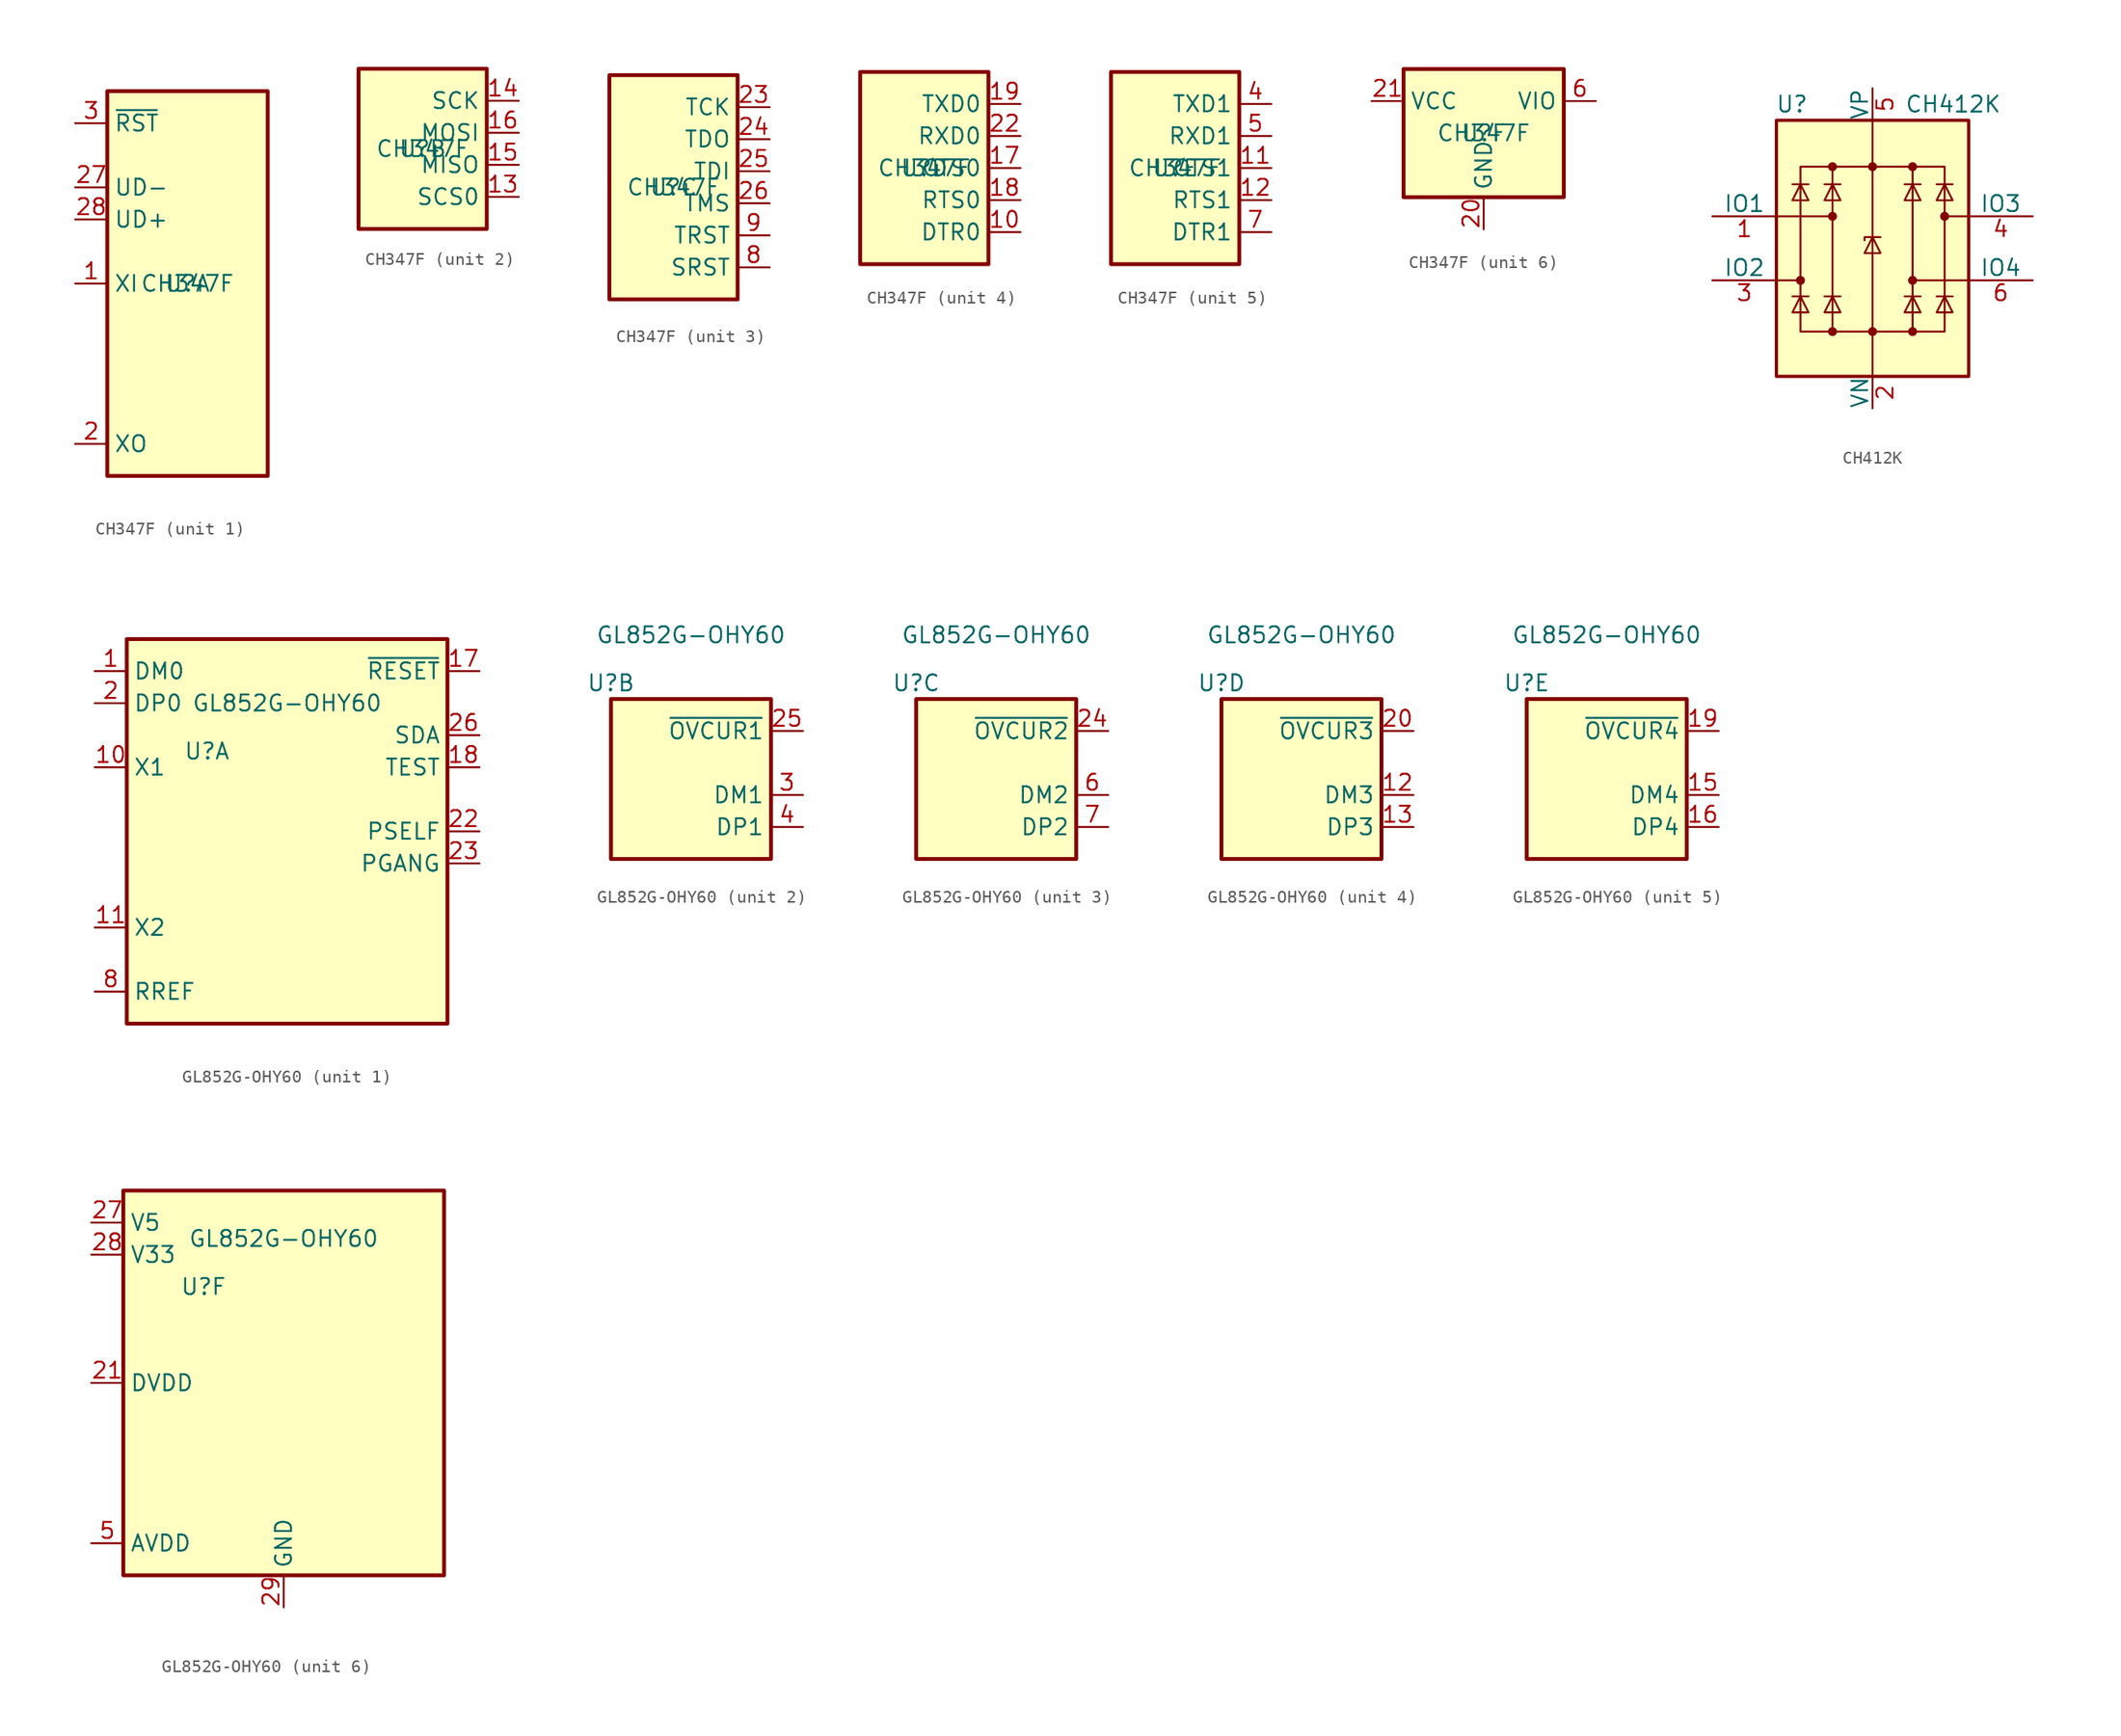
<source format=kicad_sym>
(kicad_symbol_lib
  (version 20241209)
  (generator "kicad_symbol_editor")
  (generator_version "9.0")
  (symbol "CH347F"
    (property "Reference" "U"
      (at 0 0 0)
      (effects (font (size 1.27 1.27))))
    (property "Value" "CH347F"
      (at 0 0 0)
      (effects (font (size 1.27 1.27))))
    (property "ki_locked" ""
      (at 0 0 0)
      (effects (font (size 1.27 1.27))))
    (symbol "CH347F_1_0"
      (pin input line (at -8.89 12.7 0) (length 2.54) (name "~{RST}" (effects (font (size 1.27 1.27)))) (number "3" (effects (font (size 1.27 1.27)))))
      (pin bidirectional line (at -8.89 7.62 0) (length 2.54) (name "UD-" (effects (font (size 1.27 1.27)))) (number "27" (effects (font (size 1.27 1.27)))))
      (pin bidirectional line (at -8.89 5.08 0) (length 2.54) (name "UD+" (effects (font (size 1.27 1.27)))) (number "28" (effects (font (size 1.27 1.27)))))
      (pin input line (at -8.89 0 0) (length 2.54) (name "XI" (effects (font (size 1.27 1.27)))) (number "1" (effects (font (size 1.27 1.27)))))
      (pin output line (at -8.89 -12.7 0) (length 2.54) (name "XO" (effects (font (size 1.27 1.27)))) (number "2" (effects (font (size 1.27 1.27))))))
    (symbol "CH347F_1_1"
      (rectangle (start -6.35 15.24) (end 6.35 -15.24) (stroke (width 0.305) (type default)) (fill (type background))))
    (symbol "CH347F_2_0"
      (pin output line (at 7.62 3.81 180) (length 2.54) (name "SCK" (effects (font (size 1.27 1.27)))) (number "14" (effects (font (size 1.27 1.27)))))
      (pin output line (at 7.62 1.27 180) (length 2.54) (name "MOSI" (effects (font (size 1.27 1.27)))) (number "16" (effects (font (size 1.27 1.27)))))
      (pin input line (at 7.62 -1.27 180) (length 2.54) (name "MISO" (effects (font (size 1.27 1.27)))) (number "15" (effects (font (size 1.27 1.27)))))
      (pin output line (at 7.62 -3.81 180) (length 2.54) (name "SCS0" (effects (font (size 1.27 1.27)))) (number "13" (effects (font (size 1.27 1.27))))))
    (symbol "CH347F_2_1"
      (rectangle (start -5.08 6.35) (end 5.08 -6.35) (stroke (width 0.305) (type default)) (fill (type background))))
    (symbol "CH347F_3_0"
      (pin output line (at 7.62 6.35 180) (length 2.54) (name "TCK" (effects (font (size 1.27 1.27)))) (number "23" (effects (font (size 1.27 1.27)))) (alternate "GPIO4" bidirectional line) (alternate "SWDCLK" output line))
      (pin input line (at 7.62 3.81 180) (length 2.54) (name "TDO" (effects (font (size 1.27 1.27)))) (number "24" (effects (font (size 1.27 1.27)))) (alternate "GPIO5" bidirectional line))
      (pin output line (at 7.62 1.27 180) (length 2.54) (name "TDI" (effects (font (size 1.27 1.27)))) (number "25" (effects (font (size 1.27 1.27)))) (alternate "GPIO6" bidirectional line))
      (pin output line (at 7.62 -1.27 180) (length 2.54) (name "TMS" (effects (font (size 1.27 1.27)))) (number "26" (effects (font (size 1.27 1.27)))) (alternate "GPIO7" bidirectional line) (alternate "SWDIO" bidirectional line))
      (pin output line (at 7.62 -3.81 180) (length 2.54) (name "TRST" (effects (font (size 1.27 1.27)))) (number "9" (effects (font (size 1.27 1.27)))) (alternate "GPIO3" bidirectional line))
      (pin output line (at 7.62 -6.35 180) (length 2.54) (name "SRST" (effects (font (size 1.27 1.27)))) (number "8" (effects (font (size 1.27 1.27)))) (alternate "ACT" output line)))
    (symbol "CH347F_3_1"
      (rectangle (start -5.08 8.89) (end 5.08 -8.89) (stroke (width 0.305) (type default)) (fill (type background))))
    (symbol "CH347F_4_0"
      (pin output line (at 7.62 5.08 180) (length 2.54) (name "TXD0" (effects (font (size 1.27 1.27)))) (number "19" (effects (font (size 1.27 1.27)))))
      (pin input line (at 7.62 2.54 180) (length 2.54) (name "RXD0" (effects (font (size 1.27 1.27)))) (number "22" (effects (font (size 1.27 1.27)))))
      (pin input line (at 7.62 0 180) (length 2.54) (name "CTS0" (effects (font (size 1.27 1.27)))) (number "17" (effects (font (size 1.27 1.27)))) (alternate "GPIO0" bidirectional line))
      (pin output line (at 7.62 -2.54 180) (length 2.54) (name "RTS0" (effects (font (size 1.27 1.27)))) (number "18" (effects (font (size 1.27 1.27)))) (alternate "GPIO1" bidirectional line))
      (pin output line (at 7.62 -5.08 180) (length 2.54) (name "DTR0" (effects (font (size 1.27 1.27)))) (number "10" (effects (font (size 1.27 1.27)))) (alternate "GPIO2" bidirectional line) (alternate "TNOW0" output line)))
    (symbol "CH347F_4_1"
      (rectangle (start -5.08 7.62) (end 5.08 -7.62) (stroke (width 0.305) (type default)) (fill (type background))))
    (symbol "CH347F_5_0"
      (pin output line (at 7.62 5.08 180) (length 2.54) (name "TXD1" (effects (font (size 1.27 1.27)))) (number "4" (effects (font (size 1.27 1.27)))))
      (pin input line (at 7.62 2.54 180) (length 2.54) (name "RXD1" (effects (font (size 1.27 1.27)))) (number "5" (effects (font (size 1.27 1.27)))))
      (pin input line (at 7.62 0 180) (length 2.54) (name "CTS1" (effects (font (size 1.27 1.27)))) (number "11" (effects (font (size 1.27 1.27)))) (alternate "SCL" output line))
      (pin output line (at 7.62 -2.54 180) (length 2.54) (name "RTS1" (effects (font (size 1.27 1.27)))) (number "12" (effects (font (size 1.27 1.27)))) (alternate "SDA" bidirectional line))
      (pin output line (at 7.62 -5.08 180) (length 2.54) (name "DTR1" (effects (font (size 1.27 1.27)))) (number "7" (effects (font (size 1.27 1.27)))) (alternate "SCS1" output line) (alternate "TNOW1" output line)))
    (symbol "CH347F_5_1"
      (rectangle (start -5.08 7.62) (end 5.08 -7.62) (stroke (width 0.305) (type default)) (fill (type background))))
    (symbol "CH347F_6_0"
      (pin power_in line (at -8.89 2.54 0) (length 2.54) (name "VCC" (effects (font (size 1.27 1.27)))) (number "21" (effects (font (size 1.27 1.27)))))
      (pin power_in line (at 0 -7.62 90) (length 2.54) (name "GND" (effects (font (size 1.27 1.27)))) (number "20" (effects (font (size 1.27 1.27)))))
      (pin power_in line (at 0 -7.62 90) (length 2.54) (hide yes) (name "GND" (effects (font (size 1.27 1.27)))) (number "29" (effects (font (size 1.27 1.27)))))
      (pin power_in line (at 8.89 2.54 180) (length 2.54) (name "VIO" (effects (font (size 1.27 1.27)))) (number "6" (effects (font (size 1.27 1.27))))))
    (symbol "CH347F_6_1"
      (rectangle (start -6.35 5.08) (end 6.35 -5.08) (stroke (width 0.305) (type default)) (fill (type background)))))
  (symbol "CH412K"
    (pin_names
      (offset 0))
    (property "Reference" "U"
      (at -5.08 11.43 0)
      (effects (font (size 1.27 1.27)) (justify right)))
    (property "Value" "CH412K"
      (at 2.54 11.43 0)
      (effects (font (size 1.27 1.27)) (justify left)))
    (symbol "CH412K_0_0"
      (rectangle (start -5.715 6.477) (end 5.715 -6.604) (stroke (width 0) (type default)) (fill (type none)))
      (polyline (pts (xy -3.175 -6.604) (xy -3.175 6.477)) (stroke (width 0) (type default)) (fill (type none)))
      (polyline (pts (xy 3.175 6.477) (xy 3.175 -6.604)) (stroke (width 0) (type default)) (fill (type none))))
    (symbol "CH412K_0_1"
      (polyline (pts (xy -7.747 2.54) (xy -3.175 2.54)) (stroke (width 0) (type default)) (fill (type none)))
      (rectangle (start -7.62 10.16) (end 7.62 -10.16) (stroke (width 0.254) (type default)) (fill (type background)))
      (polyline (pts (xy -7.62 -2.54) (xy -5.715 -2.54)) (stroke (width 0) (type default)) (fill (type none)))
      (circle (center -5.715 -2.54) (radius 0.279) (stroke (width 0) (type default)) (fill (type outline)))
      (polyline (pts (xy -5.08 5.08) (xy -6.35 5.08)) (stroke (width 0) (type default)) (fill (type none)))
      (polyline (pts (xy -5.08 3.81) (xy -6.35 3.81) (xy -5.715 5.08) (xy -5.08 3.81)) (stroke (width 0) (type default)) (fill (type none)))
      (polyline (pts (xy -5.08 -3.81) (xy -6.35 -3.81)) (stroke (width 0) (type default)) (fill (type none)))
      (polyline (pts (xy -5.08 -5.08) (xy -6.35 -5.08) (xy -5.715 -3.81) (xy -5.08 -5.08)) (stroke (width 0) (type default)) (fill (type none)))
      (circle (center -3.175 6.477) (radius 0.279) (stroke (width 0) (type default)) (fill (type outline)))
      (circle (center -3.175 2.54) (radius 0.279) (stroke (width 0) (type default)) (fill (type outline)))
      (circle (center -3.175 -6.604) (radius 0.279) (stroke (width 0) (type default)) (fill (type outline)))
      (polyline (pts (xy -2.54 5.08) (xy -3.81 5.08)) (stroke (width 0) (type default)) (fill (type none)))
      (polyline (pts (xy -2.54 3.81) (xy -3.81 3.81) (xy -3.175 5.08) (xy -2.54 3.81)) (stroke (width 0) (type default)) (fill (type none)))
      (polyline (pts (xy -2.54 -3.81) (xy -3.81 -3.81)) (stroke (width 0) (type default)) (fill (type none)))
      (polyline (pts (xy -2.54 -5.08) (xy -3.81 -5.08) (xy -3.175 -3.81) (xy -2.54 -5.08)) (stroke (width 0) (type default)) (fill (type none)))
      (polyline (pts (xy 0 10.16) (xy 0 -10.16)) (stroke (width 0) (type default)) (fill (type none)))
      (circle (center 0 6.477) (radius 0.279) (stroke (width 0) (type default)) (fill (type outline)))
      (circle (center 0 -6.604) (radius 0.279) (stroke (width 0) (type default)) (fill (type outline)))
      (polyline (pts (xy 0.635 0.889) (xy -0.635 0.889) (xy -0.635 0.635)) (stroke (width 0) (type default)) (fill (type none)))
      (polyline (pts (xy 0.635 -0.381) (xy -0.635 -0.381) (xy 0 0.889) (xy 0.635 -0.381)) (stroke (width 0) (type default)) (fill (type none)))
      (circle (center 3.175 6.477) (radius 0.279) (stroke (width 0) (type default)) (fill (type outline)))
      (circle (center 3.175 -2.54) (radius 0.279) (stroke (width 0) (type default)) (fill (type outline)))
      (circle (center 3.175 -6.604) (radius 0.279) (stroke (width 0) (type default)) (fill (type outline)))
      (polyline (pts (xy 3.81 5.08) (xy 2.54 5.08)) (stroke (width 0) (type default)) (fill (type none)))
      (polyline (pts (xy 3.81 3.81) (xy 2.54 3.81) (xy 3.175 5.08) (xy 3.81 3.81)) (stroke (width 0) (type default)) (fill (type none)))
      (polyline (pts (xy 3.81 -3.81) (xy 2.54 -3.81)) (stroke (width 0) (type default)) (fill (type none)))
      (polyline (pts (xy 3.81 -5.08) (xy 2.54 -5.08) (xy 3.175 -3.81) (xy 3.81 -5.08)) (stroke (width 0) (type default)) (fill (type none)))
      (circle (center 5.715 2.54) (radius 0.279) (stroke (width 0) (type default)) (fill (type outline)))
      (polyline (pts (xy 6.35 5.08) (xy 5.08 5.08)) (stroke (width 0) (type default)) (fill (type none)))
      (polyline (pts (xy 6.35 3.81) (xy 5.08 3.81) (xy 5.715 5.08) (xy 6.35 3.81)) (stroke (width 0) (type default)) (fill (type none)))
      (polyline (pts (xy 6.35 -3.81) (xy 5.08 -3.81)) (stroke (width 0) (type default)) (fill (type none)))
      (polyline (pts (xy 6.35 -5.08) (xy 5.08 -5.08) (xy 5.715 -3.81) (xy 6.35 -5.08)) (stroke (width 0) (type default)) (fill (type none)))
      (polyline (pts (xy 7.62 2.54) (xy 5.715 2.54)) (stroke (width 0) (type default)) (fill (type none)))
      (polyline (pts (xy 7.62 -2.54) (xy 3.175 -2.54)) (stroke (width 0) (type default)) (fill (type none))))
    (symbol "CH412K_1_1"
      (pin passive line (at -12.7 2.54 0) (length 5.08) (name "IO1" (effects (font (size 1.27 1.27)))) (number "1" (effects (font (size 1.27 1.27)))))
      (pin passive line (at -12.7 -2.54 0) (length 5.08) (name "IO2" (effects (font (size 1.27 1.27)))) (number "3" (effects (font (size 1.27 1.27)))))
      (pin passive line (at 0 12.7 270) (length 2.54) (name "VP" (effects (font (size 1.27 1.27)))) (number "5" (effects (font (size 1.27 1.27)))))
      (pin passive line (at 0 -12.7 90) (length 2.54) (name "VN" (effects (font (size 1.27 1.27)))) (number "2" (effects (font (size 1.27 1.27)))))
      (pin passive line (at 12.7 2.54 180) (length 5.08) (name "IO3" (effects (font (size 1.27 1.27)))) (number "4" (effects (font (size 1.27 1.27)))))
      (pin passive line (at 12.7 -2.54 180) (length 5.08) (name "IO4" (effects (font (size 1.27 1.27)))) (number "6" (effects (font (size 1.27 1.27)))))))
  (symbol "GL852G-OHY60"
    (property "Reference" "U"
      (at -6.35 7.62 0)
      (effects (font (size 1.27 1.27))))
    (property "Value" "GL852G-OHY60"
      (at 0 11.43 0)
      (effects (font (size 1.27 1.27))))
    (property "ki_locked" ""
      (at 0 0 0)
      (effects (font (size 1.27 1.27))))
    (symbol "GL852G-OHY60_1_0"
      (pin bidirectional line (at -15.24 13.97 0) (length 2.54) (name "DM0" (effects (font (size 1.27 1.27)))) (number "1" (effects (font (size 1.27 1.27)))))
      (pin bidirectional line (at -15.24 11.43 0) (length 2.54) (name "DP0" (effects (font (size 1.27 1.27)))) (number "2" (effects (font (size 1.27 1.27)))))
      (pin input line (at -15.24 6.35 0) (length 2.54) (name "X1" (effects (font (size 1.27 1.27)))) (number "10" (effects (font (size 1.27 1.27)))))
      (pin output line (at -15.24 -6.35 0) (length 2.54) (name "X2" (effects (font (size 1.27 1.27)))) (number "11" (effects (font (size 1.27 1.27)))))
      (pin bidirectional line (at -15.24 -11.43 0) (length 2.54) (name "RREF" (effects (font (size 1.27 1.27)))) (number "8" (effects (font (size 1.27 1.27)))))
      (pin input line (at 15.24 13.97 180) (length 2.54) (name "~{RESET}" (effects (font (size 1.27 1.27)))) (number "17" (effects (font (size 1.27 1.27)))))
      (pin bidirectional line (at 15.24 8.89 180) (length 2.54) (name "SDA" (effects (font (size 1.27 1.27)))) (number "26" (effects (font (size 1.27 1.27)))))
      (pin input line (at 15.24 6.35 180) (length 2.54) (name "TEST" (effects (font (size 1.27 1.27)))) (number "18" (effects (font (size 1.27 1.27)))) (alternate "SCL" bidirectional line))
      (pin input line (at 15.24 1.27 180) (length 2.54) (name "PSELF" (effects (font (size 1.27 1.27)))) (number "22" (effects (font (size 1.27 1.27)))))
      (pin bidirectional line (at 15.24 -1.27 180) (length 2.54) (name "PGANG" (effects (font (size 1.27 1.27)))) (number "23" (effects (font (size 1.27 1.27))))))
    (symbol "GL852G-OHY60_1_1"
      (rectangle (start -12.7 16.51) (end 12.7 -13.97) (stroke (width 0.305) (type default)) (fill (type background))))
    (symbol "GL852G-OHY60_2_0"
      (pin input line (at 8.89 3.81 180) (length 2.54) (name "~{OVCUR1}" (effects (font (size 1.27 1.27)))) (number "25" (effects (font (size 1.27 1.27)))) (alternate "SMC" input line))
      (pin bidirectional line (at 8.89 -1.27 180) (length 2.54) (name "DM1" (effects (font (size 1.27 1.27)))) (number "3" (effects (font (size 1.27 1.27)))))
      (pin bidirectional line (at 8.89 -3.81 180) (length 2.54) (name "DP1" (effects (font (size 1.27 1.27)))) (number "4" (effects (font (size 1.27 1.27))))))
    (symbol "GL852G-OHY60_2_1"
      (rectangle (start -6.35 6.35) (end 6.35 -6.35) (stroke (width 0.305) (type default)) (fill (type background))))
    (symbol "GL852G-OHY60_3_0"
      (pin input line (at 8.89 3.81 180) (length 2.54) (name "~{OVCUR2}" (effects (font (size 1.27 1.27)))) (number "24" (effects (font (size 1.27 1.27)))) (alternate "SMD" bidirectional line))
      (pin bidirectional line (at 8.89 -1.27 180) (length 2.54) (name "DM2" (effects (font (size 1.27 1.27)))) (number "6" (effects (font (size 1.27 1.27)))))
      (pin bidirectional line (at 8.89 -3.81 180) (length 2.54) (name "DP2" (effects (font (size 1.27 1.27)))) (number "7" (effects (font (size 1.27 1.27))))))
    (symbol "GL852G-OHY60_3_1"
      (rectangle (start -6.35 6.35) (end 6.35 -6.35) (stroke (width 0.305) (type default)) (fill (type background))))
    (symbol "GL852G-OHY60_4_0"
      (pin input line (at 8.89 3.81 180) (length 2.54) (name "~{OVCUR3}" (effects (font (size 1.27 1.27)))) (number "20" (effects (font (size 1.27 1.27)))))
      (pin bidirectional line (at 8.89 -1.27 180) (length 2.54) (name "DM3" (effects (font (size 1.27 1.27)))) (number "12" (effects (font (size 1.27 1.27)))))
      (pin bidirectional line (at 8.89 -3.81 180) (length 2.54) (name "DP3" (effects (font (size 1.27 1.27)))) (number "13" (effects (font (size 1.27 1.27))))))
    (symbol "GL852G-OHY60_4_1"
      (rectangle (start -6.35 6.35) (end 6.35 -6.35) (stroke (width 0.305) (type default)) (fill (type background))))
    (symbol "GL852G-OHY60_5_0"
      (pin input line (at 8.89 3.81 180) (length 2.54) (name "~{OVCUR4}" (effects (font (size 1.27 1.27)))) (number "19" (effects (font (size 1.27 1.27)))))
      (pin bidirectional line (at 8.89 -1.27 180) (length 2.54) (name "DM4" (effects (font (size 1.27 1.27)))) (number "15" (effects (font (size 1.27 1.27)))))
      (pin bidirectional line (at 8.89 -3.81 180) (length 2.54) (name "DP4" (effects (font (size 1.27 1.27)))) (number "16" (effects (font (size 1.27 1.27))))))
    (symbol "GL852G-OHY60_5_1"
      (rectangle (start -6.35 6.35) (end 6.35 -6.35) (stroke (width 0.305) (type default)) (fill (type background))))
    (symbol "GL852G-OHY60_6_0"
      (pin power_in line (at -15.24 12.7 0) (length 2.54) (name "V5" (effects (font (size 1.27 1.27)))) (number "27" (effects (font (size 1.27 1.27)))))
      (pin power_in line (at -15.24 10.16 0) (length 2.54) (name "V33" (effects (font (size 1.27 1.27)))) (number "28" (effects (font (size 1.27 1.27)))))
      (pin power_in line (at -15.24 0 0) (length 2.54) (name "DVDD" (effects (font (size 1.27 1.27)))) (number "21" (effects (font (size 1.27 1.27)))))
      (pin power_in line (at -15.24 -12.7 0) (length 2.54) (hide yes) (name "AVDD" (effects (font (size 1.27 1.27)))) (number "14" (effects (font (size 1.27 1.27)))))
      (pin power_in line (at -15.24 -12.7 0) (length 2.54) (name "AVDD" (effects (font (size 1.27 1.27)))) (number "5" (effects (font (size 1.27 1.27)))))
      (pin power_in line (at -15.24 -12.7 0) (length 2.54) (hide yes) (name "AVDD" (effects (font (size 1.27 1.27)))) (number "9" (effects (font (size 1.27 1.27)))))
      (pin power_in line (at 0 -17.78 90) (length 2.54) (name "GND" (effects (font (size 1.27 1.27)))) (number "29" (effects (font (size 1.27 1.27))))))
    (symbol "GL852G-OHY60_6_1"
      (rectangle (start -12.7 15.24) (end 12.7 -15.24) (stroke (width 0.305) (type default)) (fill (type background))))))
</source>
